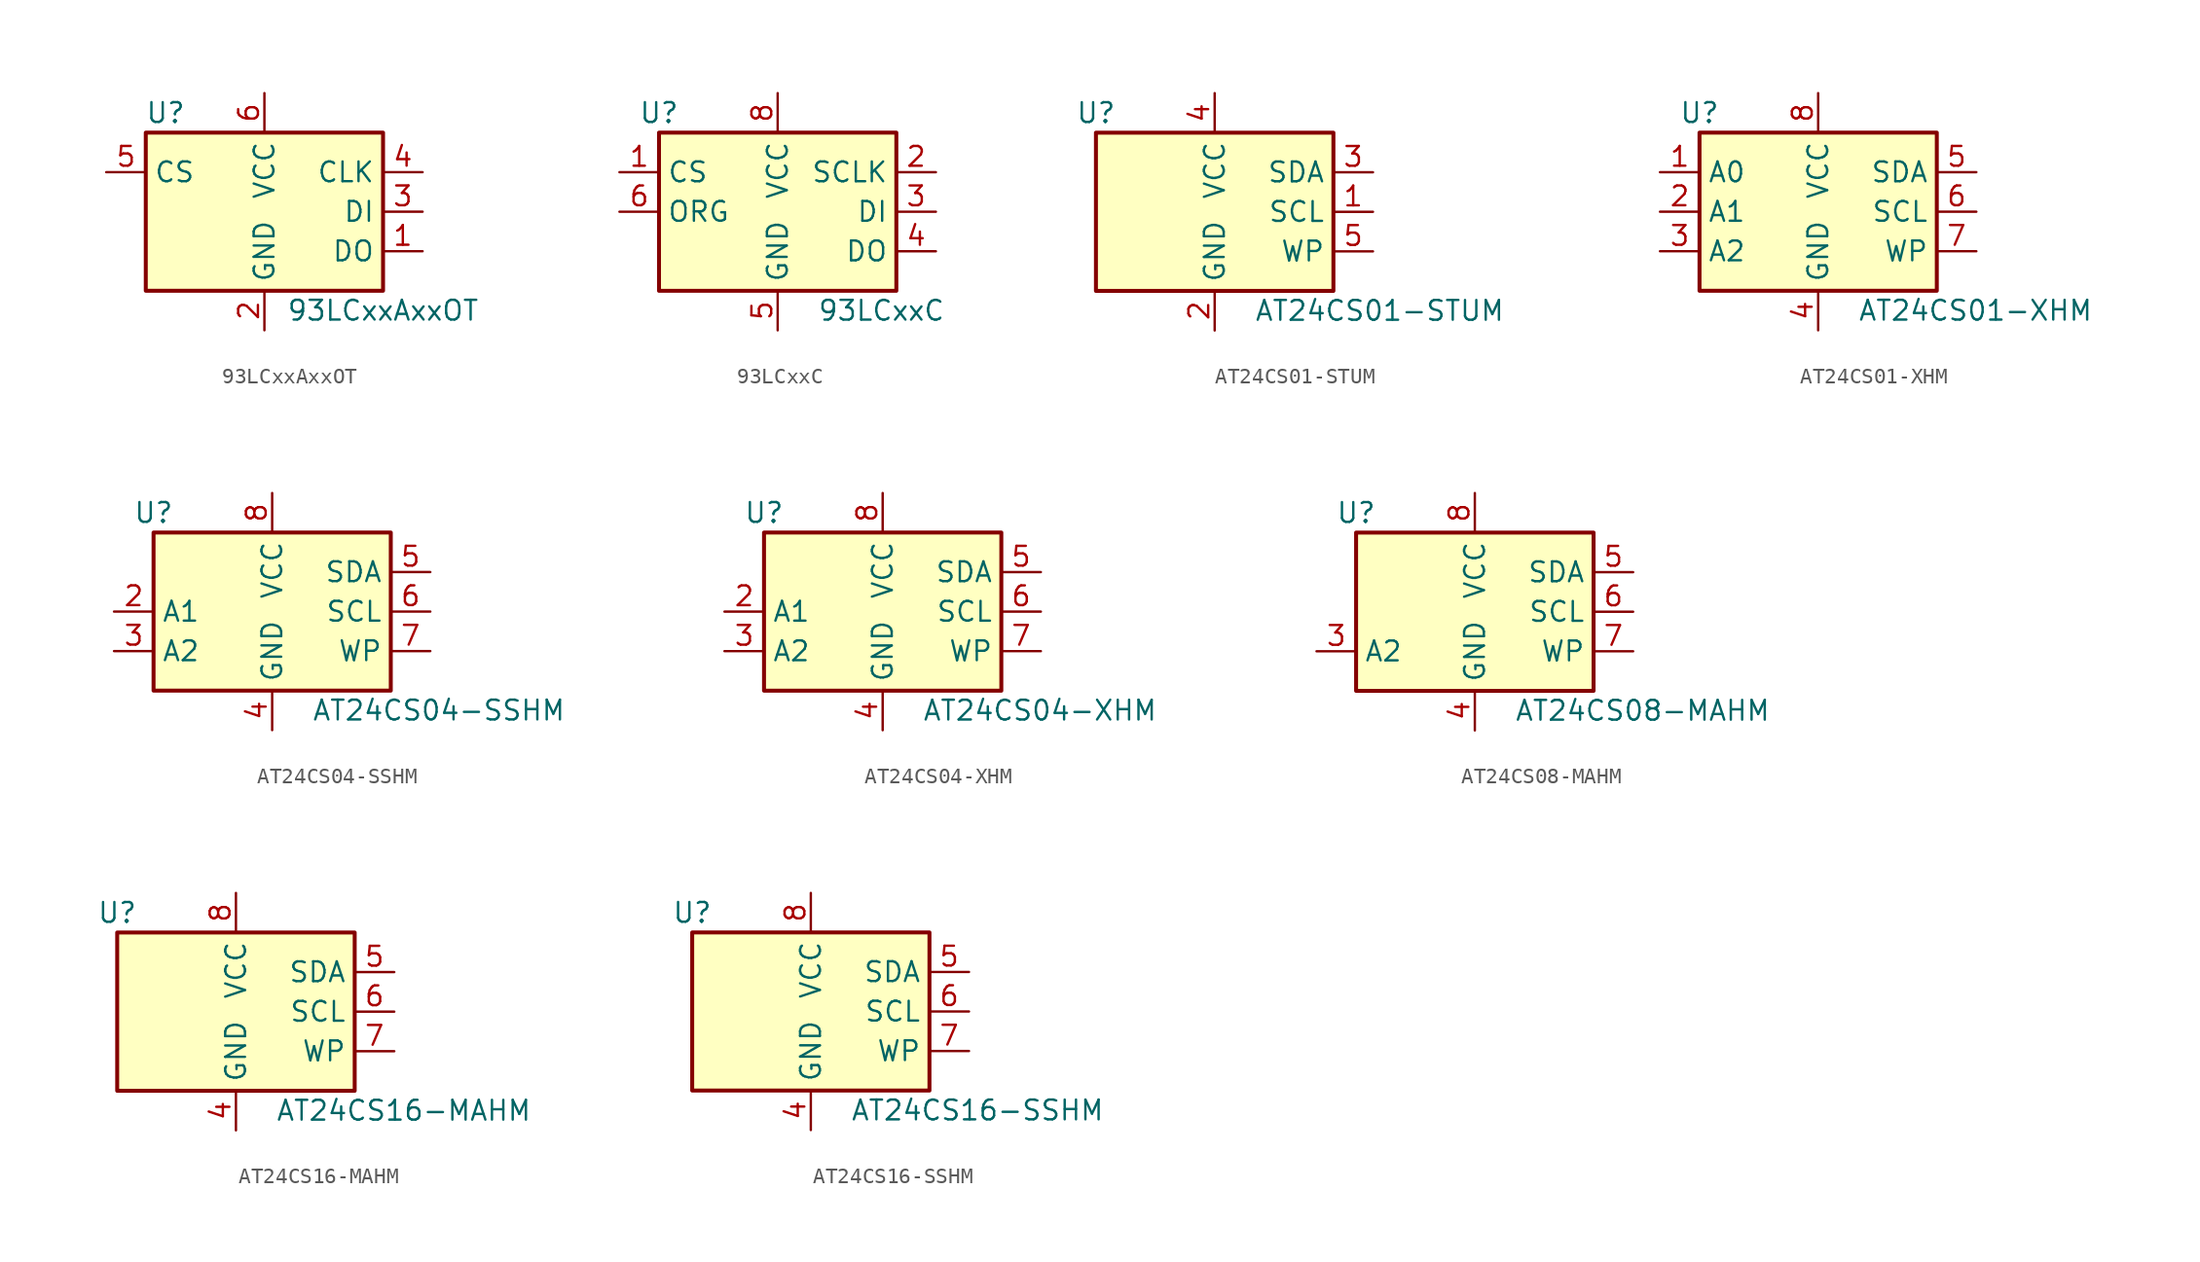
<source format=kicad_sym>
(kicad_symbol_lib
  (version 20241209)
  (generator "kicad_symbol_editor")
  (generator_version "9.0")
  (symbol "93LCxxAxxOT"
    (property "Reference" "U"
      (at -6.35 6.35 0)
      (effects (font (size 1.27 1.27))))
    (property "Value" "93LCxxAxxOT"
      (at 7.62 -6.35 0)
      (effects (font (size 1.27 1.27))))
    (symbol "93LCxxAxxOT_0_1"
      (rectangle (start -7.62 5.08) (end 7.62 -5.08) (stroke (width 0.254) (type default)) (fill (type background))))
    (symbol "93LCxxAxxOT_1_1"
      (pin input line (at -10.16 2.54 0) (length 2.54) (name "CS" (effects (font (size 1.27 1.27)))) (number "5" (effects (font (size 1.27 1.27)))))
      (pin power_in line (at 0 7.62 270) (length 2.54) (name "VCC" (effects (font (size 1.27 1.27)))) (number "6" (effects (font (size 1.27 1.27)))))
      (pin power_in line (at 0 -7.62 90) (length 2.54) (name "GND" (effects (font (size 1.27 1.27)))) (number "2" (effects (font (size 1.27 1.27)))))
      (pin input line (at 10.16 2.54 180) (length 2.54) (name "CLK" (effects (font (size 1.27 1.27)))) (number "4" (effects (font (size 1.27 1.27)))))
      (pin input line (at 10.16 0 180) (length 2.54) (name "DI" (effects (font (size 1.27 1.27)))) (number "3" (effects (font (size 1.27 1.27)))))
      (pin tri_state line (at 10.16 -2.54 180) (length 2.54) (name "DO" (effects (font (size 1.27 1.27)))) (number "1" (effects (font (size 1.27 1.27)))))))
  (symbol "93LCxxC"
    (property "Reference" "U"
      (at -7.62 6.35 0)
      (effects (font (size 1.27 1.27))))
    (property "Value" "93LCxxC"
      (at 2.54 -6.35 0)
      (effects (font (size 1.27 1.27)) (justify left)))
    (symbol "93LCxxC_1_1"
      (rectangle (start -7.62 5.08) (end 7.62 -5.08) (stroke (width 0.254) (type default)) (fill (type background)))
      (pin input line (at -10.16 2.54 0) (length 2.54) (name "CS" (effects (font (size 1.27 1.27)))) (number "1" (effects (font (size 1.27 1.27)))))
      (pin input line (at -10.16 0 0) (length 2.54) (name "ORG" (effects (font (size 1.27 1.27)))) (number "6" (effects (font (size 1.27 1.27)))))
      (pin no_connect line (at -7.62 -2.54 0) (length 2.54) (hide yes) (name "NC" (effects (font (size 1.27 1.27)))) (number "7" (effects (font (size 1.27 1.27)))))
      (pin power_in line (at 0 7.62 270) (length 2.54) (name "VCC" (effects (font (size 1.27 1.27)))) (number "8" (effects (font (size 1.27 1.27)))))
      (pin power_in line (at 0 -7.62 90) (length 2.54) (name "GND" (effects (font (size 1.27 1.27)))) (number "5" (effects (font (size 1.27 1.27)))))
      (pin input line (at 10.16 2.54 180) (length 2.54) (name "SCLK" (effects (font (size 1.27 1.27)))) (number "2" (effects (font (size 1.27 1.27)))))
      (pin input line (at 10.16 0 180) (length 2.54) (name "DI" (effects (font (size 1.27 1.27)))) (number "3" (effects (font (size 1.27 1.27)))))
      (pin tri_state line (at 10.16 -2.54 180) (length 2.54) (name "DO" (effects (font (size 1.27 1.27)))) (number "4" (effects (font (size 1.27 1.27)))))))
  (symbol "AT24CS01-STUM"
    (property "Reference" "U"
      (at -7.62 6.35 0)
      (effects (font (size 1.27 1.27))))
    (property "Value" "AT24CS01-STUM"
      (at 2.54 -6.35 0)
      (effects (font (size 1.27 1.27)) (justify left)))
    (symbol "AT24CS01-STUM_1_1"
      (rectangle (start -7.62 5.08) (end 7.62 -5.08) (stroke (width 0.254) (type default)) (fill (type background)))
      (pin power_in line (at 0 7.62 270) (length 2.54) (name "VCC" (effects (font (size 1.27 1.27)))) (number "4" (effects (font (size 1.27 1.27)))))
      (pin power_in line (at 0 -7.62 90) (length 2.54) (name "GND" (effects (font (size 1.27 1.27)))) (number "2" (effects (font (size 1.27 1.27)))))
      (pin bidirectional line (at 10.16 2.54 180) (length 2.54) (name "SDA" (effects (font (size 1.27 1.27)))) (number "3" (effects (font (size 1.27 1.27)))))
      (pin input line (at 10.16 0 180) (length 2.54) (name "SCL" (effects (font (size 1.27 1.27)))) (number "1" (effects (font (size 1.27 1.27)))))
      (pin input line (at 10.16 -2.54 180) (length 2.54) (name "WP" (effects (font (size 1.27 1.27)))) (number "5" (effects (font (size 1.27 1.27)))))))
  (symbol "AT24CS01-XHM"
    (property "Reference" "U"
      (at -7.62 6.35 0)
      (effects (font (size 1.27 1.27))))
    (property "Value" "AT24CS01-XHM"
      (at 2.54 -6.35 0)
      (effects (font (size 1.27 1.27)) (justify left)))
    (symbol "AT24CS01-XHM_1_1"
      (rectangle (start -7.62 5.08) (end 7.62 -5.08) (stroke (width 0.254) (type default)) (fill (type background)))
      (pin input line (at -10.16 2.54 0) (length 2.54) (name "A0" (effects (font (size 1.27 1.27)))) (number "1" (effects (font (size 1.27 1.27)))))
      (pin input line (at -10.16 0 0) (length 2.54) (name "A1" (effects (font (size 1.27 1.27)))) (number "2" (effects (font (size 1.27 1.27)))))
      (pin input line (at -10.16 -2.54 0) (length 2.54) (name "A2" (effects (font (size 1.27 1.27)))) (number "3" (effects (font (size 1.27 1.27)))))
      (pin power_in line (at 0 7.62 270) (length 2.54) (name "VCC" (effects (font (size 1.27 1.27)))) (number "8" (effects (font (size 1.27 1.27)))))
      (pin power_in line (at 0 -7.62 90) (length 2.54) (name "GND" (effects (font (size 1.27 1.27)))) (number "4" (effects (font (size 1.27 1.27)))))
      (pin bidirectional line (at 10.16 2.54 180) (length 2.54) (name "SDA" (effects (font (size 1.27 1.27)))) (number "5" (effects (font (size 1.27 1.27)))))
      (pin input line (at 10.16 0 180) (length 2.54) (name "SCL" (effects (font (size 1.27 1.27)))) (number "6" (effects (font (size 1.27 1.27)))))
      (pin input line (at 10.16 -2.54 180) (length 2.54) (name "WP" (effects (font (size 1.27 1.27)))) (number "7" (effects (font (size 1.27 1.27)))))))
  (symbol "AT24CS04-SSHM"
    (property "Reference" "U"
      (at -7.62 6.35 0)
      (effects (font (size 1.27 1.27))))
    (property "Value" "AT24CS04-SSHM"
      (at 2.54 -6.35 0)
      (effects (font (size 1.27 1.27)) (justify left)))
    (symbol "AT24CS04-SSHM_1_1"
      (rectangle (start -7.62 5.08) (end 7.62 -5.08) (stroke (width 0.254) (type default)) (fill (type background)))
      (pin input line (at -10.16 0 0) (length 2.54) (name "A1" (effects (font (size 1.27 1.27)))) (number "2" (effects (font (size 1.27 1.27)))))
      (pin input line (at -10.16 -2.54 0) (length 2.54) (name "A2" (effects (font (size 1.27 1.27)))) (number "3" (effects (font (size 1.27 1.27)))))
      (pin no_connect line (at -7.62 2.54 0) (length 2.54) (hide yes) (name "NC" (effects (font (size 1.27 1.27)))) (number "1" (effects (font (size 1.27 1.27)))))
      (pin power_in line (at 0 7.62 270) (length 2.54) (name "VCC" (effects (font (size 1.27 1.27)))) (number "8" (effects (font (size 1.27 1.27)))))
      (pin power_in line (at 0 -7.62 90) (length 2.54) (name "GND" (effects (font (size 1.27 1.27)))) (number "4" (effects (font (size 1.27 1.27)))))
      (pin bidirectional line (at 10.16 2.54 180) (length 2.54) (name "SDA" (effects (font (size 1.27 1.27)))) (number "5" (effects (font (size 1.27 1.27)))))
      (pin input line (at 10.16 0 180) (length 2.54) (name "SCL" (effects (font (size 1.27 1.27)))) (number "6" (effects (font (size 1.27 1.27)))))
      (pin input line (at 10.16 -2.54 180) (length 2.54) (name "WP" (effects (font (size 1.27 1.27)))) (number "7" (effects (font (size 1.27 1.27)))))))
  (symbol "AT24CS04-XHM"
    (property "Reference" "U"
      (at -7.62 6.35 0)
      (effects (font (size 1.27 1.27))))
    (property "Value" "AT24CS04-XHM"
      (at 2.54 -6.35 0)
      (effects (font (size 1.27 1.27)) (justify left)))
    (symbol "AT24CS04-XHM_1_1"
      (rectangle (start -7.62 5.08) (end 7.62 -5.08) (stroke (width 0.254) (type default)) (fill (type background)))
      (pin input line (at -10.16 0 0) (length 2.54) (name "A1" (effects (font (size 1.27 1.27)))) (number "2" (effects (font (size 1.27 1.27)))))
      (pin input line (at -10.16 -2.54 0) (length 2.54) (name "A2" (effects (font (size 1.27 1.27)))) (number "3" (effects (font (size 1.27 1.27)))))
      (pin no_connect line (at -7.62 2.54 0) (length 2.54) (hide yes) (name "NC" (effects (font (size 1.27 1.27)))) (number "1" (effects (font (size 1.27 1.27)))))
      (pin power_in line (at 0 7.62 270) (length 2.54) (name "VCC" (effects (font (size 1.27 1.27)))) (number "8" (effects (font (size 1.27 1.27)))))
      (pin power_in line (at 0 -7.62 90) (length 2.54) (name "GND" (effects (font (size 1.27 1.27)))) (number "4" (effects (font (size 1.27 1.27)))))
      (pin bidirectional line (at 10.16 2.54 180) (length 2.54) (name "SDA" (effects (font (size 1.27 1.27)))) (number "5" (effects (font (size 1.27 1.27)))))
      (pin input line (at 10.16 0 180) (length 2.54) (name "SCL" (effects (font (size 1.27 1.27)))) (number "6" (effects (font (size 1.27 1.27)))))
      (pin input line (at 10.16 -2.54 180) (length 2.54) (name "WP" (effects (font (size 1.27 1.27)))) (number "7" (effects (font (size 1.27 1.27)))))))
  (symbol "AT24CS08-MAHM"
    (property "Reference" "U"
      (at -7.62 6.35 0)
      (effects (font (size 1.27 1.27))))
    (property "Value" "AT24CS08-MAHM"
      (at 2.54 -6.35 0)
      (effects (font (size 1.27 1.27)) (justify left)))
    (symbol "AT24CS08-MAHM_1_1"
      (rectangle (start -7.62 5.08) (end 7.62 -5.08) (stroke (width 0.254) (type default)) (fill (type background)))
      (pin input line (at -10.16 -2.54 0) (length 2.54) (name "A2" (effects (font (size 1.27 1.27)))) (number "3" (effects (font (size 1.27 1.27)))))
      (pin no_connect line (at -7.62 2.54 0) (length 2.54) (hide yes) (name "NC" (effects (font (size 1.27 1.27)))) (number "1" (effects (font (size 1.27 1.27)))))
      (pin no_connect line (at -7.62 0 0) (length 2.54) (hide yes) (name "NC" (effects (font (size 1.27 1.27)))) (number "2" (effects (font (size 1.27 1.27)))))
      (pin no_connect line (at -2.54 -5.08 90) (length 2.54) (hide yes) (name "NC" (effects (font (size 1.27 1.27)))) (number "9" (effects (font (size 1.27 1.27)))))
      (pin power_in line (at 0 7.62 270) (length 2.54) (name "VCC" (effects (font (size 1.27 1.27)))) (number "8" (effects (font (size 1.27 1.27)))))
      (pin power_in line (at 0 -7.62 90) (length 2.54) (name "GND" (effects (font (size 1.27 1.27)))) (number "4" (effects (font (size 1.27 1.27)))))
      (pin bidirectional line (at 10.16 2.54 180) (length 2.54) (name "SDA" (effects (font (size 1.27 1.27)))) (number "5" (effects (font (size 1.27 1.27)))))
      (pin input line (at 10.16 0 180) (length 2.54) (name "SCL" (effects (font (size 1.27 1.27)))) (number "6" (effects (font (size 1.27 1.27)))))
      (pin input line (at 10.16 -2.54 180) (length 2.54) (name "WP" (effects (font (size 1.27 1.27)))) (number "7" (effects (font (size 1.27 1.27)))))))
  (symbol "AT24CS16-MAHM"
    (property "Reference" "U"
      (at -7.62 6.35 0)
      (effects (font (size 1.27 1.27))))
    (property "Value" "AT24CS16-MAHM"
      (at 2.54 -6.35 0)
      (effects (font (size 1.27 1.27)) (justify left)))
    (symbol "AT24CS16-MAHM_1_1"
      (rectangle (start -7.62 5.08) (end 7.62 -5.08) (stroke (width 0.254) (type default)) (fill (type background)))
      (pin no_connect line (at -7.62 2.54 0) (length 2.54) (hide yes) (name "NC" (effects (font (size 1.27 1.27)))) (number "1" (effects (font (size 1.27 1.27)))))
      (pin no_connect line (at -7.62 0 0) (length 2.54) (hide yes) (name "NC" (effects (font (size 1.27 1.27)))) (number "2" (effects (font (size 1.27 1.27)))))
      (pin no_connect line (at -7.62 -2.54 0) (length 2.54) (hide yes) (name "NC" (effects (font (size 1.27 1.27)))) (number "3" (effects (font (size 1.27 1.27)))))
      (pin no_connect line (at -2.54 -5.08 90) (length 2.54) (hide yes) (name "NC" (effects (font (size 1.27 1.27)))) (number "9" (effects (font (size 1.27 1.27)))))
      (pin power_in line (at 0 7.62 270) (length 2.54) (name "VCC" (effects (font (size 1.27 1.27)))) (number "8" (effects (font (size 1.27 1.27)))))
      (pin power_in line (at 0 -7.62 90) (length 2.54) (name "GND" (effects (font (size 1.27 1.27)))) (number "4" (effects (font (size 1.27 1.27)))))
      (pin bidirectional line (at 10.16 2.54 180) (length 2.54) (name "SDA" (effects (font (size 1.27 1.27)))) (number "5" (effects (font (size 1.27 1.27)))))
      (pin input line (at 10.16 0 180) (length 2.54) (name "SCL" (effects (font (size 1.27 1.27)))) (number "6" (effects (font (size 1.27 1.27)))))
      (pin input line (at 10.16 -2.54 180) (length 2.54) (name "WP" (effects (font (size 1.27 1.27)))) (number "7" (effects (font (size 1.27 1.27)))))))
  (symbol "AT24CS16-SSHM"
    (property "Reference" "U"
      (at -7.62 6.35 0)
      (effects (font (size 1.27 1.27))))
    (property "Value" "AT24CS16-SSHM"
      (at 2.54 -6.35 0)
      (effects (font (size 1.27 1.27)) (justify left)))
    (symbol "AT24CS16-SSHM_1_1"
      (rectangle (start -7.62 5.08) (end 7.62 -5.08) (stroke (width 0.254) (type default)) (fill (type background)))
      (pin no_connect line (at -7.62 2.54 0) (length 2.54) (hide yes) (name "NC" (effects (font (size 1.27 1.27)))) (number "1" (effects (font (size 1.27 1.27)))))
      (pin no_connect line (at -7.62 0 0) (length 2.54) (hide yes) (name "NC" (effects (font (size 1.27 1.27)))) (number "2" (effects (font (size 1.27 1.27)))))
      (pin no_connect line (at -7.62 -2.54 0) (length 2.54) (hide yes) (name "NC" (effects (font (size 1.27 1.27)))) (number "3" (effects (font (size 1.27 1.27)))))
      (pin power_in line (at 0 7.62 270) (length 2.54) (name "VCC" (effects (font (size 1.27 1.27)))) (number "8" (effects (font (size 1.27 1.27)))))
      (pin power_in line (at 0 -7.62 90) (length 2.54) (name "GND" (effects (font (size 1.27 1.27)))) (number "4" (effects (font (size 1.27 1.27)))))
      (pin bidirectional line (at 10.16 2.54 180) (length 2.54) (name "SDA" (effects (font (size 1.27 1.27)))) (number "5" (effects (font (size 1.27 1.27)))))
      (pin input line (at 10.16 0 180) (length 2.54) (name "SCL" (effects (font (size 1.27 1.27)))) (number "6" (effects (font (size 1.27 1.27)))))
      (pin input line (at 10.16 -2.54 180) (length 2.54) (name "WP" (effects (font (size 1.27 1.27)))) (number "7" (effects (font (size 1.27 1.27))))))))
</source>
